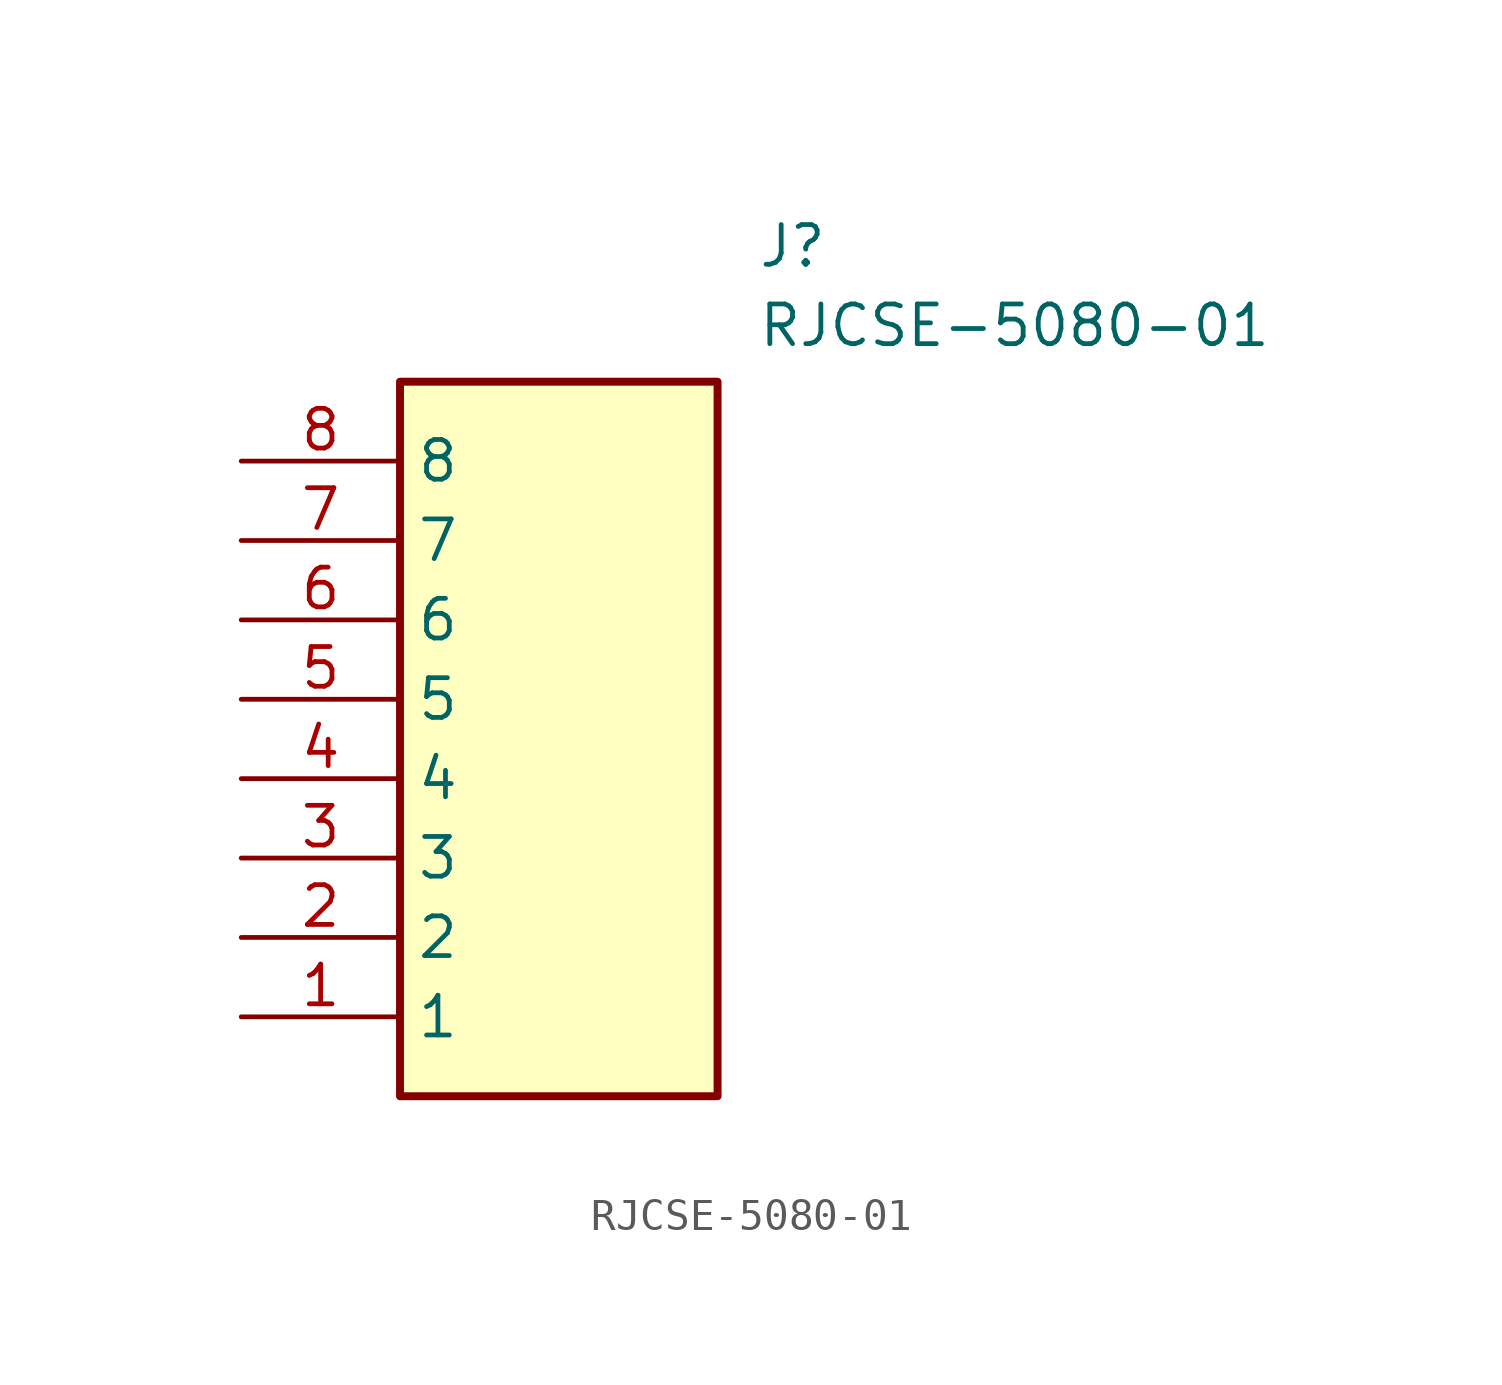
<source format=kicad_sym>
(kicad_symbol_lib
  (version 20211014)
  (generator SamacSys_ECAD_Model)
  (symbol "RJCSE-5080-01"
    (property "Reference" "J"
      (at 16.51 7.62 0)
      (effects (font (size 1.27 1.27)) (justify left top)))
    (property "Value" "RJCSE-5080-01"
      (at 16.51 5.08 0)
      (effects (font (size 1.27 1.27)) (justify left top)))
    (rectangle
      (start 5.08 2.54)
      (end 15.24 -20.32)
      (stroke (width 0.254) (type default))
      (fill (type background)))
    (pin passive line
      (at 0 -17.78 0)
      (length 5.08)
      (name "1" (effects (font (size 1.27 1.27))))
      (number "1" (effects (font (size 1.27 1.27)))))
    (pin passive line
      (at 0 -15.24 0)
      (length 5.08)
      (name "2" (effects (font (size 1.27 1.27))))
      (number "2" (effects (font (size 1.27 1.27)))))
    (pin passive line
      (at 0 -12.7 0)
      (length 5.08)
      (name "3" (effects (font (size 1.27 1.27))))
      (number "3" (effects (font (size 1.27 1.27)))))
    (pin passive line
      (at 0 -10.16 0)
      (length 5.08)
      (name "4" (effects (font (size 1.27 1.27))))
      (number "4" (effects (font (size 1.27 1.27)))))
    (pin passive line
      (at 0 -7.62 0)
      (length 5.08)
      (name "5" (effects (font (size 1.27 1.27))))
      (number "5" (effects (font (size 1.27 1.27)))))
    (pin passive line
      (at 0 -5.08 0)
      (length 5.08)
      (name "6" (effects (font (size 1.27 1.27))))
      (number "6" (effects (font (size 1.27 1.27)))))
    (pin passive line
      (at 0 -2.54 0)
      (length 5.08)
      (name "7" (effects (font (size 1.27 1.27))))
      (number "7" (effects (font (size 1.27 1.27)))))
    (pin passive line
      (at 0 0 0)
      (length 5.08)
      (name "8" (effects (font (size 1.27 1.27))))
      (number "8" (effects (font (size 1.27 1.27)))))))
</source>
